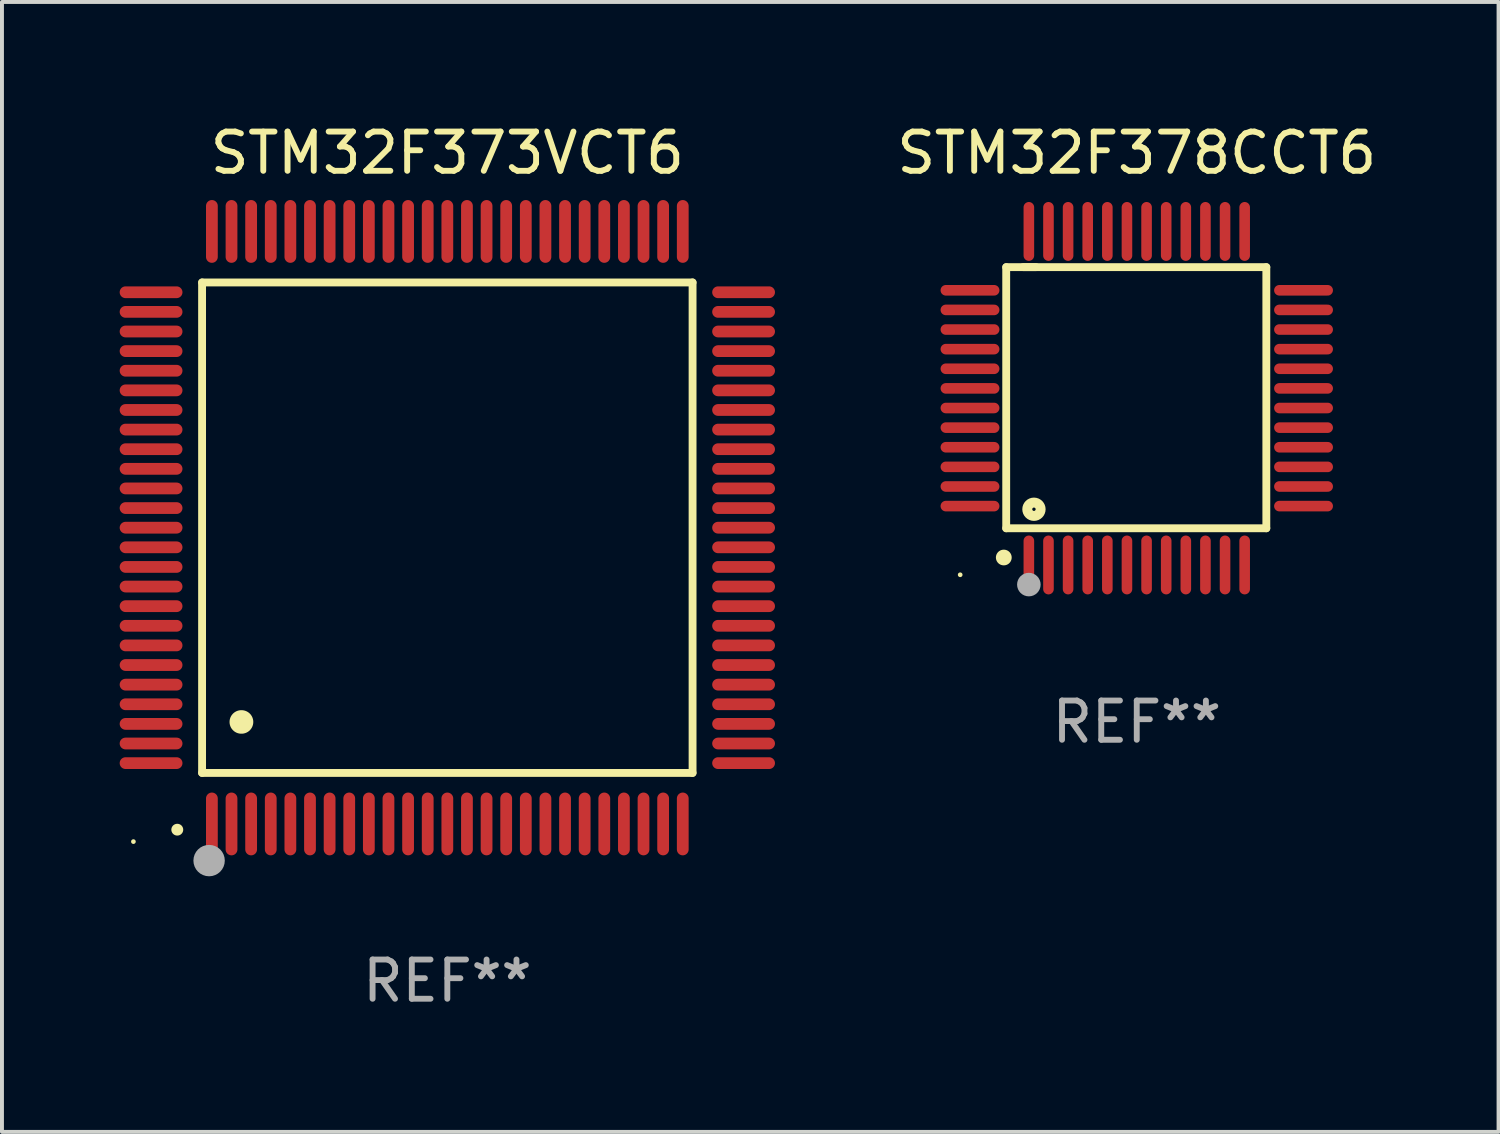
<source format=kicad_pcb>
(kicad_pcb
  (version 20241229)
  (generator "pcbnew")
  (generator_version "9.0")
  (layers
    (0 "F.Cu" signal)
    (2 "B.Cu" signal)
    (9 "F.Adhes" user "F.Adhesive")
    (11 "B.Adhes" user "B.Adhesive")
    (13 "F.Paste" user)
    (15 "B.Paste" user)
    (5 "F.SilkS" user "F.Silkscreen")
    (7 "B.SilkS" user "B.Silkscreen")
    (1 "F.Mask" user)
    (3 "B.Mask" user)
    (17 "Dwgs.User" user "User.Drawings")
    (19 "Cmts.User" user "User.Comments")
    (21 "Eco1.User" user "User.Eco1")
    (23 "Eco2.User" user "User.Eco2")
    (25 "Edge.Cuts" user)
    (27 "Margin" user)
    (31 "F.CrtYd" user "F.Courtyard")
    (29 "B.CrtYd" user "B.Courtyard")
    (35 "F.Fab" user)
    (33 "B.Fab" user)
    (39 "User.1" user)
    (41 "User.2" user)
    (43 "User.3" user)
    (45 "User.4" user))
  (footprint "STM32F373VCT6"
    (layer "F.Cu")
    (at 8.35 10.398)
    (property "Reference" "STM32F373VCT6" (at 0 -9.55 0) (layer "F.SilkS") (effects (font (size 1 1) (thickness 0.15))))
    (attr through_hole)
    (fp_line (start -6.25 -6.25) (end -6.25 6.25) (stroke (width 0.2) (type solid)) (layer "F.SilkS"))
    (fp_line (start -6.25 6.25) (end 6.25 6.25) (stroke (width 0.2) (type solid)) (layer "F.SilkS"))
    (fp_line (start 6.25 -6.25) (end -6.25 -6.25) (stroke (width 0.2) (type solid)) (layer "F.SilkS"))
    (fp_line (start 6.25 6.25) (end 6.25 -6.25) (stroke (width 0.2) (type solid)) (layer "F.SilkS"))
    (fp_arc (start -6.883414 7.696215) (mid -6.882144 7.69621) (end -6.880874 7.696215) (stroke (width 0.3) (type solid)) (layer "F.SilkS"))
    (fp_arc (start -5.250191 4.95047) (mid -5.247651 4.950459) (end -5.245111 4.95047) (stroke (width 0.6) (type solid)) (layer "F.SilkS"))
    (fp_circle (center -8 8) (end -7.97 8) (stroke (width 0.06) (type solid)) (fill no) (layer "F.SilkS"))
    (fp_circle (center -6.071 8.484) (end -5.871 8.484) (stroke (width 0.4) (type solid)) (fill no) (layer "F.Fab"))
    (fp_text user "REF**" (at 0 11.55 0) (layer "F.Fab") (effects (font (size 1 1) (thickness 0.15))))
    (pad "1" smd oval (at -6 7.55) (size 0.3 1.6) (layers "F.Cu" "F.Mask" "F.Paste"))
    (pad "2" smd oval (at -5.5 7.55) (size 0.3 1.6) (layers "F.Cu" "F.Mask" "F.Paste"))
    (pad "3" smd oval (at -5 7.55) (size 0.3 1.6) (layers "F.Cu" "F.Mask" "F.Paste"))
    (pad "4" smd oval (at -4.5 7.55) (size 0.3 1.6) (layers "F.Cu" "F.Mask" "F.Paste"))
    (pad "5" smd oval (at -4 7.55) (size 0.3 1.6) (layers "F.Cu" "F.Mask" "F.Paste"))
    (pad "6" smd oval (at -3.5 7.55) (size 0.3 1.6) (layers "F.Cu" "F.Mask" "F.Paste"))
    (pad "7" smd oval (at -3 7.55) (size 0.3 1.6) (layers "F.Cu" "F.Mask" "F.Paste"))
    (pad "8" smd oval (at -2.5 7.55) (size 0.3 1.6) (layers "F.Cu" "F.Mask" "F.Paste"))
    (pad "9" smd oval (at -2 7.55) (size 0.3 1.6) (layers "F.Cu" "F.Mask" "F.Paste"))
    (pad "10" smd oval (at -1.5 7.55) (size 0.3 1.6) (layers "F.Cu" "F.Mask" "F.Paste"))
    (pad "11" smd oval (at -1 7.55) (size 0.3 1.6) (layers "F.Cu" "F.Mask" "F.Paste"))
    (pad "12" smd oval (at -0.5 7.55) (size 0.3 1.6) (layers "F.Cu" "F.Mask" "F.Paste"))
    (pad "13" smd oval (at 0 7.55) (size 0.3 1.6) (layers "F.Cu" "F.Mask" "F.Paste"))
    (pad "14" smd oval (at 0.5 7.55) (size 0.3 1.6) (layers "F.Cu" "F.Mask" "F.Paste"))
    (pad "15" smd oval (at 1 7.55) (size 0.3 1.6) (layers "F.Cu" "F.Mask" "F.Paste"))
    (pad "16" smd oval (at 1.5 7.55) (size 0.3 1.6) (layers "F.Cu" "F.Mask" "F.Paste"))
    (pad "17" smd oval (at 2 7.55) (size 0.3 1.6) (layers "F.Cu" "F.Mask" "F.Paste"))
    (pad "18" smd oval (at 2.5 7.55) (size 0.3 1.6) (layers "F.Cu" "F.Mask" "F.Paste"))
    (pad "19" smd oval (at 3 7.55) (size 0.3 1.6) (layers "F.Cu" "F.Mask" "F.Paste"))
    (pad "20" smd oval (at 3.5 7.55) (size 0.3 1.6) (layers "F.Cu" "F.Mask" "F.Paste"))
    (pad "21" smd oval (at 4 7.55) (size 0.3 1.6) (layers "F.Cu" "F.Mask" "F.Paste"))
    (pad "22" smd oval (at 4.5 7.55) (size 0.3 1.6) (layers "F.Cu" "F.Mask" "F.Paste"))
    (pad "23" smd oval (at 5 7.55) (size 0.3 1.6) (layers "F.Cu" "F.Mask" "F.Paste"))
    (pad "24" smd oval (at 5.5 7.55) (size 0.3 1.6) (layers "F.Cu" "F.Mask" "F.Paste"))
    (pad "25" smd oval (at 6 7.55) (size 0.3 1.6) (layers "F.Cu" "F.Mask" "F.Paste"))
    (pad "26" smd oval (at 7.55 6) (size 1.6 0.3) (layers "F.Cu" "F.Mask" "F.Paste"))
    (pad "27" smd oval (at 7.55 5.5) (size 1.6 0.3) (layers "F.Cu" "F.Mask" "F.Paste"))
    (pad "28" smd oval (at 7.55 5) (size 1.6 0.3) (layers "F.Cu" "F.Mask" "F.Paste"))
    (pad "29" smd oval (at 7.55 4.5) (size 1.6 0.3) (layers "F.Cu" "F.Mask" "F.Paste"))
    (pad "30" smd oval (at 7.55 4) (size 1.6 0.3) (layers "F.Cu" "F.Mask" "F.Paste"))
    (pad "31" smd oval (at 7.55 3.5) (size 1.6 0.3) (layers "F.Cu" "F.Mask" "F.Paste"))
    (pad "32" smd oval (at 7.55 3) (size 1.6 0.3) (layers "F.Cu" "F.Mask" "F.Paste"))
    (pad "33" smd oval (at 7.55 2.5) (size 1.6 0.3) (layers "F.Cu" "F.Mask" "F.Paste"))
    (pad "34" smd oval (at 7.55 2) (size 1.6 0.3) (layers "F.Cu" "F.Mask" "F.Paste"))
    (pad "35" smd oval (at 7.55 1.5) (size 1.6 0.3) (layers "F.Cu" "F.Mask" "F.Paste"))
    (pad "36" smd oval (at 7.55 1) (size 1.6 0.3) (layers "F.Cu" "F.Mask" "F.Paste"))
    (pad "37" smd oval (at 7.55 0.5) (size 1.6 0.3) (layers "F.Cu" "F.Mask" "F.Paste"))
    (pad "38" smd oval (at 7.55 0) (size 1.6 0.3) (layers "F.Cu" "F.Mask" "F.Paste"))
    (pad "39" smd oval (at 7.55 -0.5) (size 1.6 0.3) (layers "F.Cu" "F.Mask" "F.Paste"))
    (pad "40" smd oval (at 7.55 -1) (size 1.6 0.3) (layers "F.Cu" "F.Mask" "F.Paste"))
    (pad "41" smd oval (at 7.55 -1.5) (size 1.6 0.3) (layers "F.Cu" "F.Mask" "F.Paste"))
    (pad "42" smd oval (at 7.55 -2) (size 1.6 0.3) (layers "F.Cu" "F.Mask" "F.Paste"))
    (pad "43" smd oval (at 7.55 -2.5) (size 1.6 0.3) (layers "F.Cu" "F.Mask" "F.Paste"))
    (pad "44" smd oval (at 7.55 -3) (size 1.6 0.3) (layers "F.Cu" "F.Mask" "F.Paste"))
    (pad "45" smd oval (at 7.55 -3.5) (size 1.6 0.3) (layers "F.Cu" "F.Mask" "F.Paste"))
    (pad "46" smd oval (at 7.55 -4) (size 1.6 0.3) (layers "F.Cu" "F.Mask" "F.Paste"))
    (pad "47" smd oval (at 7.55 -4.5) (size 1.6 0.3) (layers "F.Cu" "F.Mask" "F.Paste"))
    (pad "48" smd oval (at 7.55 -5) (size 1.6 0.3) (layers "F.Cu" "F.Mask" "F.Paste"))
    (pad "49" smd oval (at 7.55 -5.5) (size 1.6 0.3) (layers "F.Cu" "F.Mask" "F.Paste"))
    (pad "50" smd oval (at 7.55 -6) (size 1.6 0.3) (layers "F.Cu" "F.Mask" "F.Paste"))
    (pad "51" smd oval (at 6 -7.55) (size 0.3 1.6) (layers "F.Cu" "F.Mask" "F.Paste"))
    (pad "52" smd oval (at 5.5 -7.55) (size 0.3 1.6) (layers "F.Cu" "F.Mask" "F.Paste"))
    (pad "53" smd oval (at 5 -7.55) (size 0.3 1.6) (layers "F.Cu" "F.Mask" "F.Paste"))
    (pad "54" smd oval (at 4.5 -7.55) (size 0.3 1.6) (layers "F.Cu" "F.Mask" "F.Paste"))
    (pad "55" smd oval (at 4 -7.55) (size 0.3 1.6) (layers "F.Cu" "F.Mask" "F.Paste"))
    (pad "56" smd oval (at 3.5 -7.55) (size 0.3 1.6) (layers "F.Cu" "F.Mask" "F.Paste"))
    (pad "57" smd oval (at 3 -7.55) (size 0.3 1.6) (layers "F.Cu" "F.Mask" "F.Paste"))
    (pad "58" smd oval (at 2.5 -7.55) (size 0.3 1.6) (layers "F.Cu" "F.Mask" "F.Paste"))
    (pad "59" smd oval (at 2 -7.55) (size 0.3 1.6) (layers "F.Cu" "F.Mask" "F.Paste"))
    (pad "60" smd oval (at 1.5 -7.55) (size 0.3 1.6) (layers "F.Cu" "F.Mask" "F.Paste"))
    (pad "61" smd oval (at 1 -7.55) (size 0.3 1.6) (layers "F.Cu" "F.Mask" "F.Paste"))
    (pad "62" smd oval (at 0.5 -7.55) (size 0.3 1.6) (layers "F.Cu" "F.Mask" "F.Paste"))
    (pad "63" smd oval (at 0 -7.55) (size 0.3 1.6) (layers "F.Cu" "F.Mask" "F.Paste"))
    (pad "64" smd oval (at -0.5 -7.55) (size 0.3 1.6) (layers "F.Cu" "F.Mask" "F.Paste"))
    (pad "65" smd oval (at -1 -7.55) (size 0.3 1.6) (layers "F.Cu" "F.Mask" "F.Paste"))
    (pad "66" smd oval (at -1.5 -7.55) (size 0.3 1.6) (layers "F.Cu" "F.Mask" "F.Paste"))
    (pad "67" smd oval (at -2 -7.55) (size 0.3 1.6) (layers "F.Cu" "F.Mask" "F.Paste"))
    (pad "68" smd oval (at -2.5 -7.55) (size 0.3 1.6) (layers "F.Cu" "F.Mask" "F.Paste"))
    (pad "69" smd oval (at -3 -7.55) (size 0.3 1.6) (layers "F.Cu" "F.Mask" "F.Paste"))
    (pad "70" smd oval (at -3.5 -7.55) (size 0.3 1.6) (layers "F.Cu" "F.Mask" "F.Paste"))
    (pad "71" smd oval (at -4 -7.55) (size 0.3 1.6) (layers "F.Cu" "F.Mask" "F.Paste"))
    (pad "72" smd oval (at -4.5 -7.55) (size 0.3 1.6) (layers "F.Cu" "F.Mask" "F.Paste"))
    (pad "73" smd oval (at -5 -7.55) (size 0.3 1.6) (layers "F.Cu" "F.Mask" "F.Paste"))
    (pad "74" smd oval (at -5.5 -7.55) (size 0.3 1.6) (layers "F.Cu" "F.Mask" "F.Paste"))
    (pad "75" smd oval (at -6 -7.55) (size 0.3 1.6) (layers "F.Cu" "F.Mask" "F.Paste"))
    (pad "76" smd oval (at -7.55 -6) (size 1.6 0.3) (layers "F.Cu" "F.Mask" "F.Paste"))
    (pad "77" smd oval (at -7.55 -5.5) (size 1.6 0.3) (layers "F.Cu" "F.Mask" "F.Paste"))
    (pad "78" smd oval (at -7.55 -5) (size 1.6 0.3) (layers "F.Cu" "F.Mask" "F.Paste"))
    (pad "79" smd oval (at -7.55 -4.5) (size 1.6 0.3) (layers "F.Cu" "F.Mask" "F.Paste"))
    (pad "80" smd oval (at -7.55 -4) (size 1.6 0.3) (layers "F.Cu" "F.Mask" "F.Paste"))
    (pad "81" smd oval (at -7.55 -3.5) (size 1.6 0.3) (layers "F.Cu" "F.Mask" "F.Paste"))
    (pad "82" smd oval (at -7.55 -3) (size 1.6 0.3) (layers "F.Cu" "F.Mask" "F.Paste"))
    (pad "83" smd oval (at -7.55 -2.5) (size 1.6 0.3) (layers "F.Cu" "F.Mask" "F.Paste"))
    (pad "84" smd oval (at -7.55 -2) (size 1.6 0.3) (layers "F.Cu" "F.Mask" "F.Paste"))
    (pad "85" smd oval (at -7.55 -1.5) (size 1.6 0.3) (layers "F.Cu" "F.Mask" "F.Paste"))
    (pad "86" smd oval (at -7.55 -1) (size 1.6 0.3) (layers "F.Cu" "F.Mask" "F.Paste"))
    (pad "87" smd oval (at -7.55 -0.5) (size 1.6 0.3) (layers "F.Cu" "F.Mask" "F.Paste"))
    (pad "88" smd oval (at -7.55 0) (size 1.6 0.3) (layers "F.Cu" "F.Mask" "F.Paste"))
    (pad "89" smd oval (at -7.55 0.5) (size 1.6 0.3) (layers "F.Cu" "F.Mask" "F.Paste"))
    (pad "90" smd oval (at -7.55 1) (size 1.6 0.3) (layers "F.Cu" "F.Mask" "F.Paste"))
    (pad "91" smd oval (at -7.55 1.5) (size 1.6 0.3) (layers "F.Cu" "F.Mask" "F.Paste"))
    (pad "92" smd oval (at -7.55 2) (size 1.6 0.3) (layers "F.Cu" "F.Mask" "F.Paste"))
    (pad "93" smd oval (at -7.55 2.5) (size 1.6 0.3) (layers "F.Cu" "F.Mask" "F.Paste"))
    (pad "94" smd oval (at -7.55 3) (size 1.6 0.3) (layers "F.Cu" "F.Mask" "F.Paste"))
    (pad "95" smd oval (at -7.55 3.5) (size 1.6 0.3) (layers "F.Cu" "F.Mask" "F.Paste"))
    (pad "96" smd oval (at -7.55 4) (size 1.6 0.3) (layers "F.Cu" "F.Mask" "F.Paste"))
    (pad "97" smd oval (at -7.55 4.5) (size 1.6 0.3) (layers "F.Cu" "F.Mask" "F.Paste"))
    (pad "98" smd oval (at -7.55 5) (size 1.6 0.3) (layers "F.Cu" "F.Mask" "F.Paste"))
    (pad "99" smd oval (at -7.55 5.5) (size 1.6 0.3) (layers "F.Cu" "F.Mask" "F.Paste"))
    (pad "100" smd oval (at -7.55 6) (size 1.6 0.3) (layers "F.Cu" "F.Mask" "F.Paste")))
  (footprint "STM32F378CCT6"
    (layer "F.Cu")
    (at 25.92 7.098)
    (property "Reference" "STM32F378CCT6" (at 0 -6.25 0) (layer "F.SilkS") (effects (font (size 1 1) (thickness 0.15))))
    (attr through_hole)
    (fp_line (start -3.327 -3.34) (end -2.565 -3.34) (stroke (width 0.2) (type solid)) (layer "F.SilkS"))
    (fp_line (start -3.327 3.315) (end -3.327 -3.34) (stroke (width 0.2) (type solid)) (layer "F.SilkS"))
    (fp_line (start -2.896 -3.34) (end 3.302 -3.34) (stroke (width 0.2) (type solid)) (layer "F.SilkS"))
    (fp_line (start 3.302 -3.34) (end 3.302 3.315) (stroke (width 0.2) (type solid)) (layer "F.SilkS"))
    (fp_line (start 3.302 3.315) (end -3.327 3.315) (stroke (width 0.2) (type solid)) (layer "F.SilkS"))
    (fp_arc (start -3.389992 4.059995) (mid -3.388722 4.059991) (end -3.387452 4.059995) (stroke (width 0.4) (type solid)) (layer "F.SilkS"))
    (fp_circle (center -4.5 4.5) (end -4.47 4.5) (stroke (width 0.06) (type solid)) (fill no) (layer "F.SilkS"))
    (fp_circle (center -2.62 2.83) (end -2.45 2.83) (stroke (width 0.254) (type solid)) (fill no) (layer "F.SilkS"))
    (fp_circle (center -2.75 4.75) (end -2.6 4.75) (stroke (width 0.3) (type solid)) (fill no) (layer "F.Fab"))
    (fp_text user "REF**" (at 0 8.25 0) (layer "F.Fab") (effects (font (size 1 1) (thickness 0.15))))
    (pad "1" smd oval (at -2.75 4.25) (size 0.27 1.5) (layers "F.Cu" "F.Mask" "F.Paste"))
    (pad "2" smd oval (at -2.25 4.25) (size 0.27 1.5) (layers "F.Cu" "F.Mask" "F.Paste"))
    (pad "3" smd oval (at -1.75 4.25) (size 0.27 1.5) (layers "F.Cu" "F.Mask" "F.Paste"))
    (pad "4" smd oval (at -1.25 4.25) (size 0.27 1.5) (layers "F.Cu" "F.Mask" "F.Paste"))
    (pad "5" smd oval (at -0.75 4.25) (size 0.27 1.5) (layers "F.Cu" "F.Mask" "F.Paste"))
    (pad "6" smd oval (at -0.25 4.25) (size 0.27 1.5) (layers "F.Cu" "F.Mask" "F.Paste"))
    (pad "7" smd oval (at 0.25 4.25) (size 0.27 1.5) (layers "F.Cu" "F.Mask" "F.Paste"))
    (pad "8" smd oval (at 0.75 4.25) (size 0.27 1.5) (layers "F.Cu" "F.Mask" "F.Paste"))
    (pad "9" smd oval (at 1.25 4.25) (size 0.27 1.5) (layers "F.Cu" "F.Mask" "F.Paste"))
    (pad "10" smd oval (at 1.75 4.25) (size 0.27 1.5) (layers "F.Cu" "F.Mask" "F.Paste"))
    (pad "11" smd oval (at 2.25 4.25) (size 0.27 1.5) (layers "F.Cu" "F.Mask" "F.Paste"))
    (pad "12" smd oval (at 2.75 4.25) (size 0.27 1.5) (layers "F.Cu" "F.Mask" "F.Paste"))
    (pad "13" smd oval (at 4.25 2.75) (size 1.5 0.27) (layers "F.Cu" "F.Mask" "F.Paste"))
    (pad "14" smd oval (at 4.25 2.25) (size 1.5 0.27) (layers "F.Cu" "F.Mask" "F.Paste"))
    (pad "15" smd oval (at 4.25 1.75) (size 1.5 0.27) (layers "F.Cu" "F.Mask" "F.Paste"))
    (pad "16" smd oval (at 4.25 1.25) (size 1.5 0.27) (layers "F.Cu" "F.Mask" "F.Paste"))
    (pad "17" smd oval (at 4.25 0.75) (size 1.5 0.27) (layers "F.Cu" "F.Mask" "F.Paste"))
    (pad "18" smd oval (at 4.25 0.25) (size 1.5 0.27) (layers "F.Cu" "F.Mask" "F.Paste"))
    (pad "19" smd oval (at 4.25 -0.25) (size 1.5 0.27) (layers "F.Cu" "F.Mask" "F.Paste"))
    (pad "20" smd oval (at 4.25 -0.75) (size 1.5 0.27) (layers "F.Cu" "F.Mask" "F.Paste"))
    (pad "21" smd oval (at 4.25 -1.25) (size 1.5 0.27) (layers "F.Cu" "F.Mask" "F.Paste"))
    (pad "22" smd oval (at 4.25 -1.75) (size 1.5 0.27) (layers "F.Cu" "F.Mask" "F.Paste"))
    (pad "23" smd oval (at 4.25 -2.25) (size 1.5 0.27) (layers "F.Cu" "F.Mask" "F.Paste"))
    (pad "24" smd oval (at 4.25 -2.75) (size 1.5 0.27) (layers "F.Cu" "F.Mask" "F.Paste"))
    (pad "25" smd oval (at 2.75 -4.25) (size 0.27 1.5) (layers "F.Cu" "F.Mask" "F.Paste"))
    (pad "26" smd oval (at 2.25 -4.25) (size 0.27 1.5) (layers "F.Cu" "F.Mask" "F.Paste"))
    (pad "27" smd oval (at 1.75 -4.25) (size 0.27 1.5) (layers "F.Cu" "F.Mask" "F.Paste"))
    (pad "28" smd oval (at 1.25 -4.25) (size 0.27 1.5) (layers "F.Cu" "F.Mask" "F.Paste"))
    (pad "29" smd oval (at 0.75 -4.25) (size 0.27 1.5) (layers "F.Cu" "F.Mask" "F.Paste"))
    (pad "30" smd oval (at 0.25 -4.25) (size 0.27 1.5) (layers "F.Cu" "F.Mask" "F.Paste"))
    (pad "31" smd oval (at -0.25 -4.25) (size 0.27 1.5) (layers "F.Cu" "F.Mask" "F.Paste"))
    (pad "32" smd oval (at -0.75 -4.25) (size 0.27 1.5) (layers "F.Cu" "F.Mask" "F.Paste"))
    (pad "33" smd oval (at -1.25 -4.25) (size 0.27 1.5) (layers "F.Cu" "F.Mask" "F.Paste"))
    (pad "34" smd oval (at -1.75 -4.25) (size 0.27 1.5) (layers "F.Cu" "F.Mask" "F.Paste"))
    (pad "35" smd oval (at -2.25 -4.25) (size 0.27 1.5) (layers "F.Cu" "F.Mask" "F.Paste"))
    (pad "36" smd oval (at -2.75 -4.25) (size 0.27 1.5) (layers "F.Cu" "F.Mask" "F.Paste"))
    (pad "37" smd oval (at -4.25 -2.75) (size 1.5 0.27) (layers "F.Cu" "F.Mask" "F.Paste"))
    (pad "38" smd oval (at -4.25 -2.25) (size 1.5 0.27) (layers "F.Cu" "F.Mask" "F.Paste"))
    (pad "39" smd oval (at -4.25 -1.75) (size 1.5 0.27) (layers "F.Cu" "F.Mask" "F.Paste"))
    (pad "40" smd oval (at -4.25 -1.25) (size 1.5 0.27) (layers "F.Cu" "F.Mask" "F.Paste"))
    (pad "41" smd oval (at -4.25 -0.75) (size 1.5 0.27) (layers "F.Cu" "F.Mask" "F.Paste"))
    (pad "42" smd oval (at -4.25 -0.25) (size 1.5 0.27) (layers "F.Cu" "F.Mask" "F.Paste"))
    (pad "43" smd oval (at -4.25 0.25) (size 1.5 0.27) (layers "F.Cu" "F.Mask" "F.Paste"))
    (pad "44" smd oval (at -4.25 0.75) (size 1.5 0.27) (layers "F.Cu" "F.Mask" "F.Paste"))
    (pad "45" smd oval (at -4.25 1.25) (size 1.5 0.27) (layers "F.Cu" "F.Mask" "F.Paste"))
    (pad "46" smd oval (at -4.25 1.75) (size 1.5 0.27) (layers "F.Cu" "F.Mask" "F.Paste"))
    (pad "47" smd oval (at -4.25 2.25) (size 1.5 0.27) (layers "F.Cu" "F.Mask" "F.Paste"))
    (pad "48" smd oval (at -4.25 2.75) (size 1.5 0.27) (layers "F.Cu" "F.Mask" "F.Paste")))
  (gr_rect
    (start -3 -3)
    (end 35.14 25.796)
    (stroke (width 0.1) (type default))
    (fill no)
    (layer "Edge.Cuts")))
</source>
